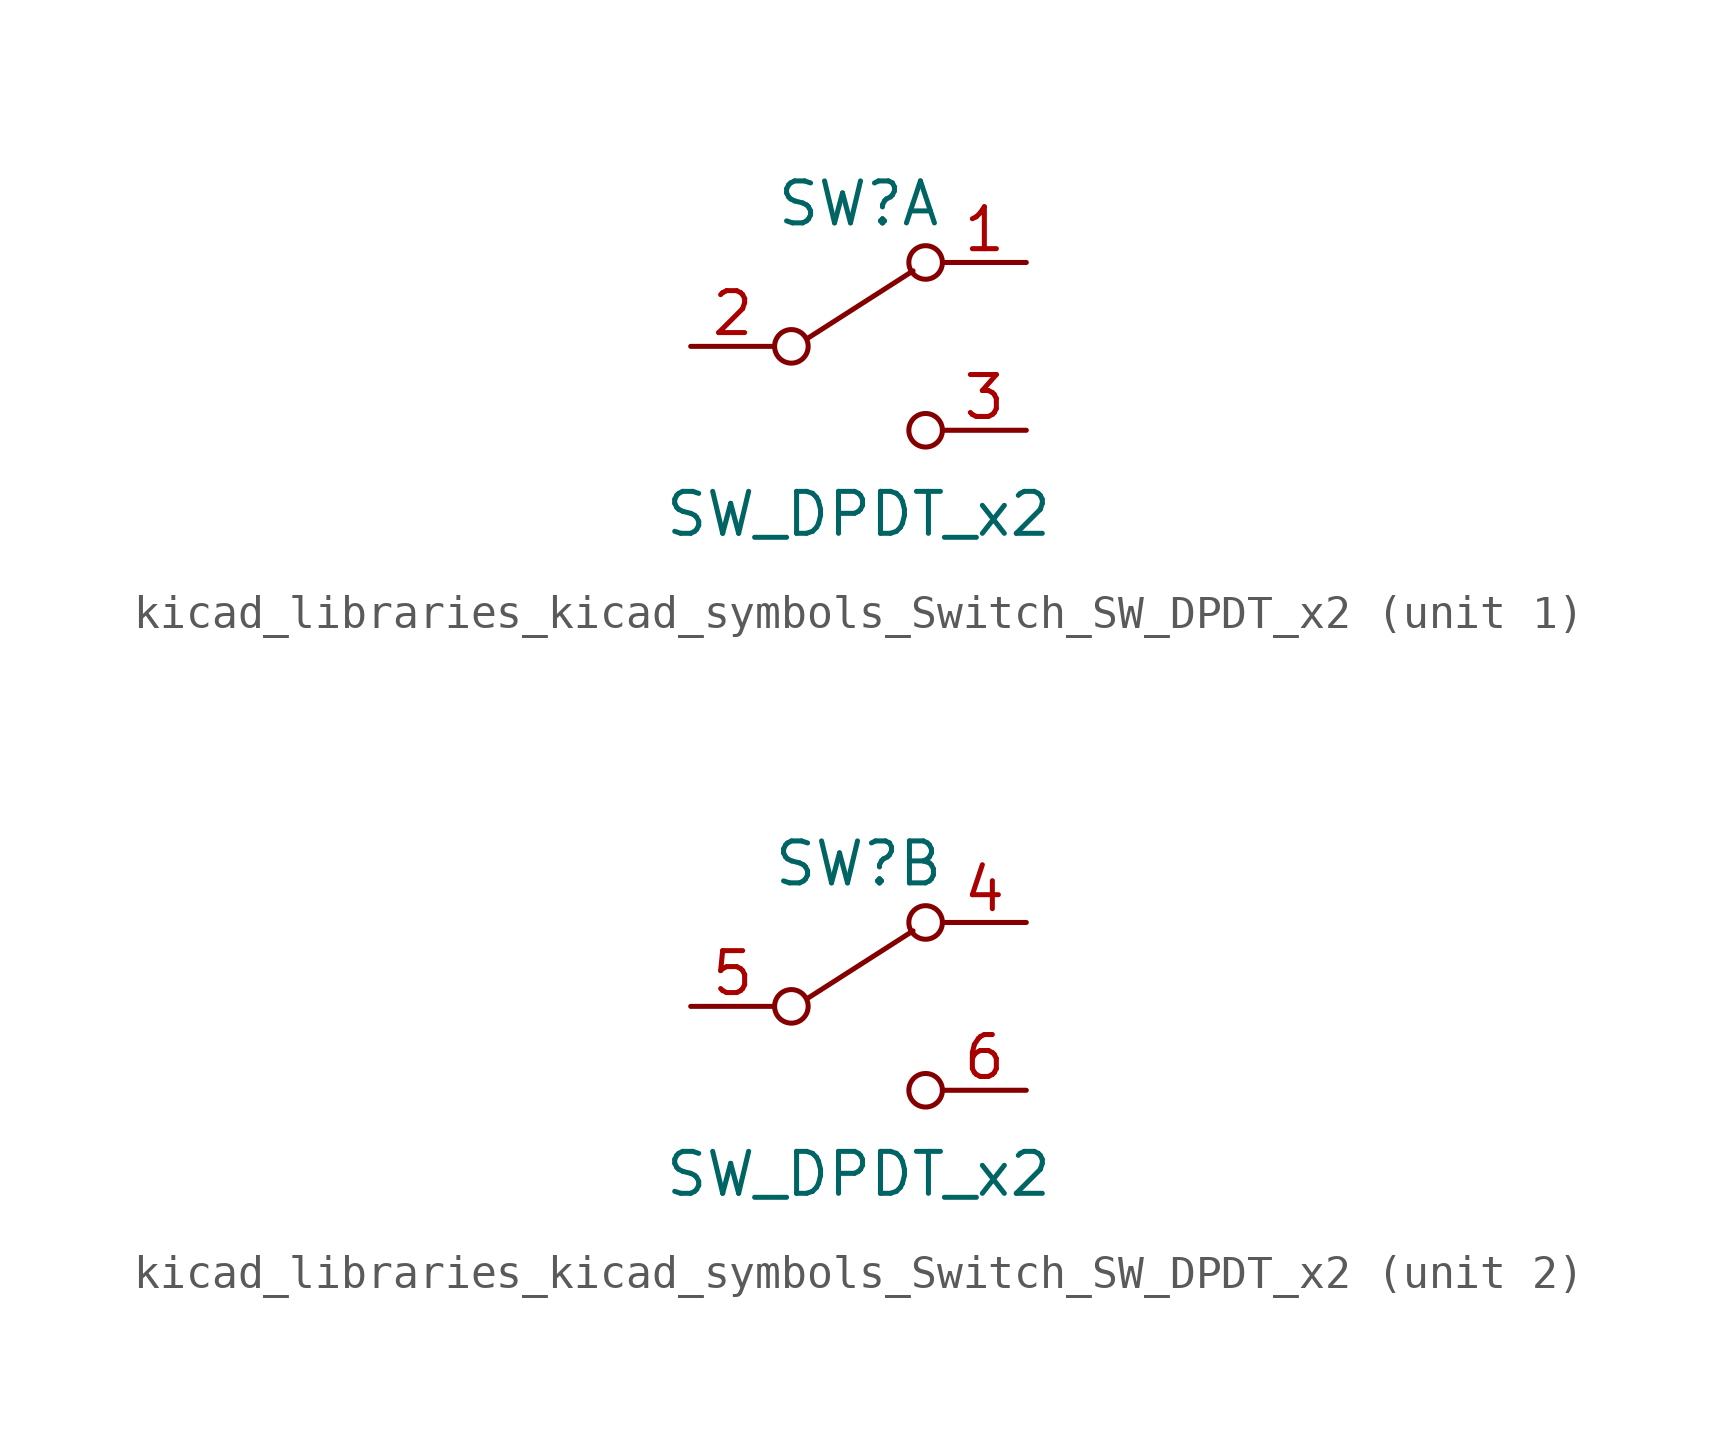
<source format=kicad_sym>
(kicad_symbol_lib
  (version 20220914)
  (generator kicad_symbol_editor)
  (symbol "kicad_libraries_kicad_symbols_Switch_SW_DPDT_x2"
    (pin_names
      (offset 0) hide)
    (property "Reference" "SW"
      (at 0 4.318 0)
      (effects (font (size 1.27 1.27))))
    (property "Value" "SW_DPDT_x2"
      (at 0 -5.08 0)
      (effects (font (size 1.27 1.27))))
    (symbol "kicad_libraries_kicad_symbols_Switch_SW_DPDT_x2_0_0"
      (circle (center -2.032 0) (radius 0.508) (stroke (width 0) (type default)) (fill (type none)))
      (circle (center 2.032 -2.54) (radius 0.508) (stroke (width 0) (type default)) (fill (type none))))
    (symbol "kicad_libraries_kicad_symbols_Switch_SW_DPDT_x2_0_1"
      (polyline (pts (xy -1.524 0.254) (xy 1.651 2.286)) (stroke (width 0) (type default)) (fill (type none)))
      (circle (center 2.032 2.54) (radius 0.508) (stroke (width 0) (type default)) (fill (type none))))
    (symbol "kicad_libraries_kicad_symbols_Switch_SW_DPDT_x2_1_1"
      (pin passive line (at 5.08 2.54 180) (length 2.54) (name "A" (effects (font (size 1.27 1.27)))) (number "1" (effects (font (size 1.27 1.27)))))
      (pin passive line (at -5.08 0 0) (length 2.54) (name "B" (effects (font (size 1.27 1.27)))) (number "2" (effects (font (size 1.27 1.27)))))
      (pin passive line (at 5.08 -2.54 180) (length 2.54) (name "C" (effects (font (size 1.27 1.27)))) (number "3" (effects (font (size 1.27 1.27))))))
    (symbol "kicad_libraries_kicad_symbols_Switch_SW_DPDT_x2_2_1"
      (pin passive line (at 5.08 2.54 180) (length 2.54) (name "A" (effects (font (size 1.27 1.27)))) (number "4" (effects (font (size 1.27 1.27)))))
      (pin passive line (at -5.08 0 0) (length 2.54) (name "B" (effects (font (size 1.27 1.27)))) (number "5" (effects (font (size 1.27 1.27)))))
      (pin passive line (at 5.08 -2.54 180) (length 2.54) (name "C" (effects (font (size 1.27 1.27)))) (number "6" (effects (font (size 1.27 1.27))))))))
</source>
